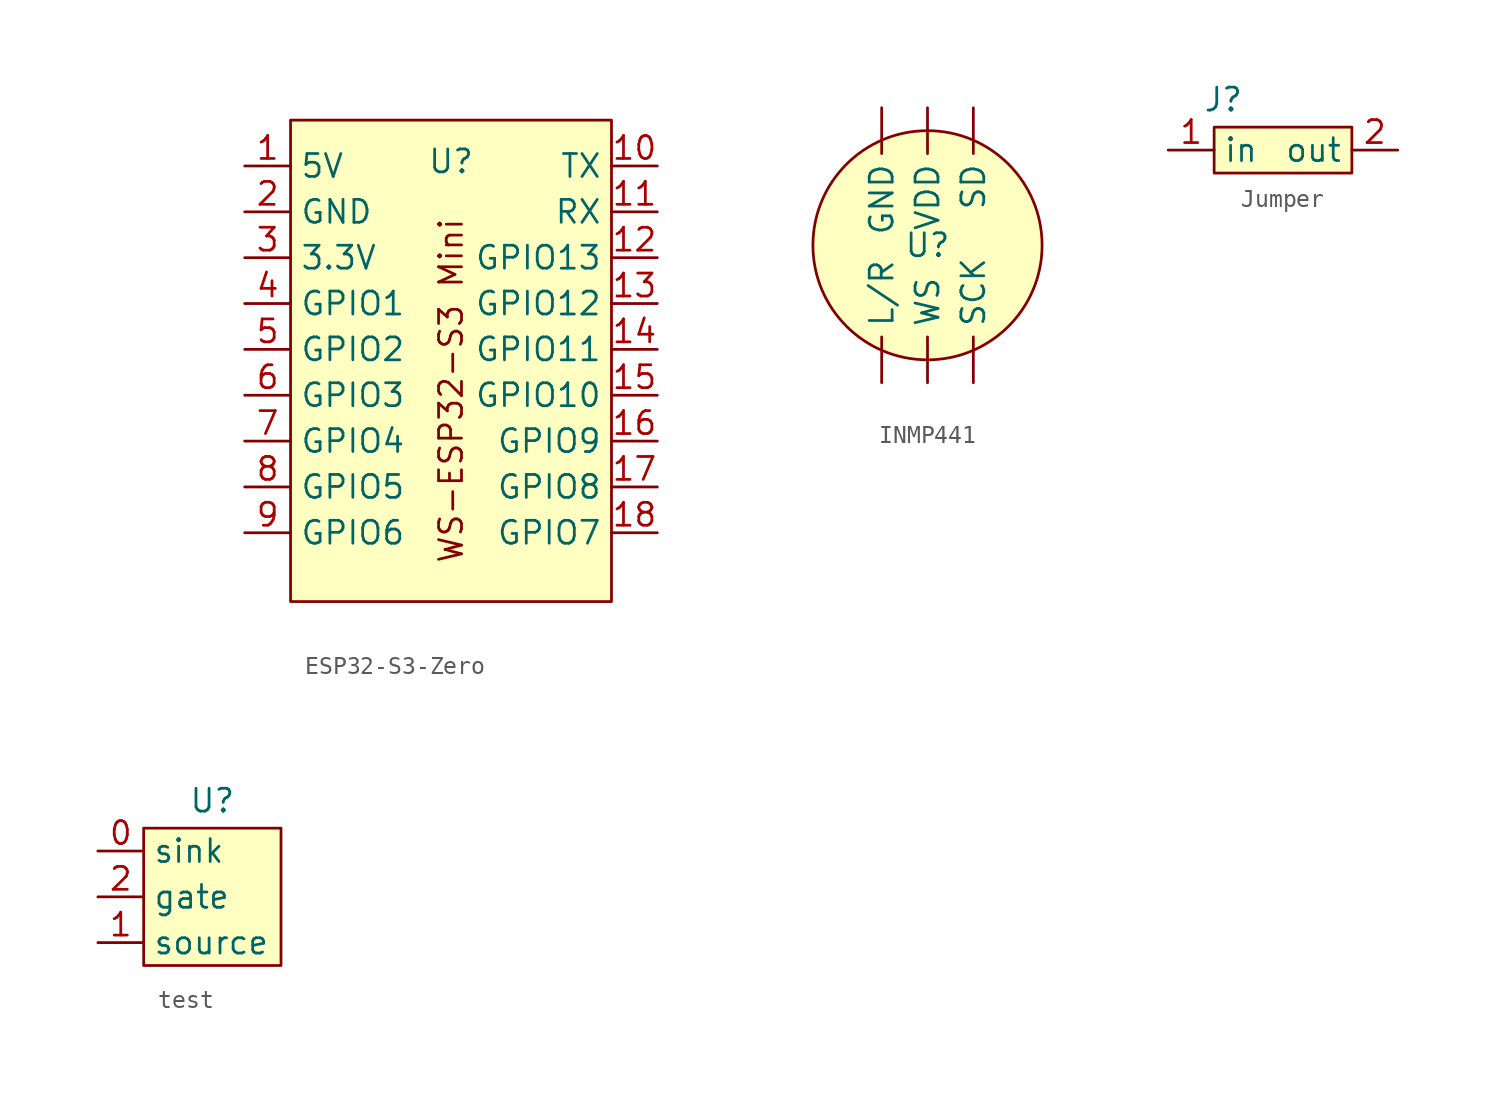
<source format=kicad_sym>
(kicad_symbol_lib
  (version 20231120)
  (generator "kicad_symbol_editor")
  (generator_version "8.0")
  (symbol "ESP32-S3-Zero"
    (property "Reference" "U"
      (at 0 10.414 0)
      (effects (font (size 1.27 1.27))))
    (property "Value" ""
      (at -17.78 2.54 0)
      (effects (font (size 1.27 1.27))))
    (symbol "ESP32-S3-Zero_1_1"
      (rectangle (start -8.89 12.7) (end 8.89 -13.97) (stroke (width 0) (type default)) (fill (type background)))
      (text "WS-ESP32-S3 Mini" (at 0 -2.286 900) (effects (font (size 1.27 1.27))))
      (pin power_out line (at -11.43 10.16 0) (length 2.54) (name "5V" (effects (font (size 1.27 1.27)))) (number "1" (effects (font (size 1.27 1.27)))))
      (pin output line (at 11.43 10.16 180) (length 2.54) (name "TX" (effects (font (size 1.27 1.27)))) (number "10" (effects (font (size 1.27 1.27)))))
      (pin output line (at 11.43 7.62 180) (length 2.54) (name "RX" (effects (font (size 1.27 1.27)))) (number "11" (effects (font (size 1.27 1.27)))))
      (pin output line (at 11.43 5.08 180) (length 2.54) (name "GPIO13" (effects (font (size 1.27 1.27)))) (number "12" (effects (font (size 1.27 1.27)))))
      (pin output line (at 11.43 2.54 180) (length 2.54) (name "GPIO12" (effects (font (size 1.27 1.27)))) (number "13" (effects (font (size 1.27 1.27)))))
      (pin output line (at 11.43 0 180) (length 2.54) (name "GPIO11" (effects (font (size 1.27 1.27)))) (number "14" (effects (font (size 1.27 1.27)))))
      (pin output line (at 11.43 -2.54 180) (length 2.54) (name "GPIO10" (effects (font (size 1.27 1.27)))) (number "15" (effects (font (size 1.27 1.27)))))
      (pin output line (at 11.43 -5.08 180) (length 2.54) (name "GPIO9" (effects (font (size 1.27 1.27)))) (number "16" (effects (font (size 1.27 1.27)))))
      (pin output line (at 11.43 -7.62 180) (length 2.54) (name "GPIO8" (effects (font (size 1.27 1.27)))) (number "17" (effects (font (size 1.27 1.27)))))
      (pin output line (at 11.43 -10.16 180) (length 2.54) (name "GPIO7" (effects (font (size 1.27 1.27)))) (number "18" (effects (font (size 1.27 1.27)))))
      (pin power_out line (at -11.43 7.62 0) (length 2.54) (name "GND" (effects (font (size 1.27 1.27)))) (number "2" (effects (font (size 1.27 1.27)))))
      (pin power_out line (at -11.43 5.08 0) (length 2.54) (name "3.3V" (effects (font (size 1.27 1.27)))) (number "3" (effects (font (size 1.27 1.27)))))
      (pin output line (at -11.43 2.54 0) (length 2.54) (name "GPIO1" (effects (font (size 1.27 1.27)))) (number "4" (effects (font (size 1.27 1.27)))))
      (pin output line (at -11.43 0 0) (length 2.54) (name "GPIO2" (effects (font (size 1.27 1.27)))) (number "5" (effects (font (size 1.27 1.27)))))
      (pin output line (at -11.43 -2.54 0) (length 2.54) (name "GPIO3" (effects (font (size 1.27 1.27)))) (number "6" (effects (font (size 1.27 1.27)))))
      (pin output line (at -11.43 -5.08 0) (length 2.54) (name "GPIO4" (effects (font (size 1.27 1.27)))) (number "7" (effects (font (size 1.27 1.27)))))
      (pin output line (at -11.43 -7.62 0) (length 2.54) (name "GPIO5" (effects (font (size 1.27 1.27)))) (number "8" (effects (font (size 1.27 1.27)))))
      (pin output line (at -11.43 -10.16 0) (length 2.54) (name "GPIO6" (effects (font (size 1.27 1.27)))) (number "9" (effects (font (size 1.27 1.27)))))))
  (symbol "INMP441"
    (property "Reference" "U"
      (at 0 0 0)
      (effects (font (size 1.27 1.27))))
    (property "Value" ""
      (at 0 0 0)
      (effects (font (size 1.27 1.27))))
    (symbol "INMP441_1_1"
      (circle (center 0 0) (radius 6.35) (stroke (width 0) (type default)) (fill (type background)))
      (pin bidirectional line (at -2.54 7.62 270) (length 2.54) (name "GND" (effects (font (size 1.27 1.27)))) (number "" (effects (font (size 1.27 1.27)))))
      (pin bidirectional line (at -2.54 -7.62 90) (length 2.54) (name "L/R" (effects (font (size 1.27 1.27)))) (number "" (effects (font (size 1.27 1.27)))))
      (pin bidirectional line (at 2.54 -7.62 90) (length 2.54) (name "SCK" (effects (font (size 1.27 1.27)))) (number "" (effects (font (size 1.27 1.27)))))
      (pin bidirectional line (at 2.54 7.62 270) (length 2.54) (name "SD" (effects (font (size 1.27 1.27)))) (number "" (effects (font (size 1.27 1.27)))))
      (pin bidirectional line (at 0 7.62 270) (length 2.54) (name "VDD" (effects (font (size 1.27 1.27)))) (number "" (effects (font (size 1.27 1.27)))))
      (pin bidirectional line (at 0 -7.62 90) (length 2.54) (name "WS" (effects (font (size 1.27 1.27)))) (number "" (effects (font (size 1.27 1.27)))))))
  (symbol "Jumper"
    (property "Reference" "J"
      (at -3.302 2.794 0)
      (effects (font (size 1.27 1.27))))
    (property "Value" ""
      (at 0 0 0)
      (effects (font (size 1.27 1.27))))
    (symbol "Jumper_1_1"
      (rectangle (start -3.81 1.27) (end 3.81 -1.27) (stroke (width 0) (type default)) (fill (type background)))
      (pin input line (at -6.35 0 0) (length 2.54) (name "in" (effects (font (size 1.27 1.27)))) (number "1" (effects (font (size 1.27 1.27)))))
      (pin input line (at 6.35 0 180) (length 2.54) (name "out" (effects (font (size 1.27 1.27)))) (number "2" (effects (font (size 1.27 1.27)))))))
  (symbol "test"
    (property "Reference" "U"
      (at 0 5.334 0)
      (effects (font (size 1.27 1.27))))
    (property "Value" ""
      (at 0 0 0)
      (effects (font (size 1.27 1.27))))
    (symbol "test_1_1"
      (rectangle (start -3.81 3.81) (end 3.81 -3.81) (stroke (width 0) (type default)) (fill (type background)))
      (pin input line (at -6.35 2.54 0) (length 2.54) (name "sink" (effects (font (size 1.27 1.27)))) (number "0" (effects (font (size 1.27 1.27)))))
      (pin input line (at -6.35 -2.54 0) (length 2.54) (name "source" (effects (font (size 1.27 1.27)))) (number "1" (effects (font (size 1.27 1.27)))))
      (pin input line (at -6.35 0 0) (length 2.54) (name "gate" (effects (font (size 1.27 1.27)))) (number "2" (effects (font (size 1.27 1.27))))))))
</source>
